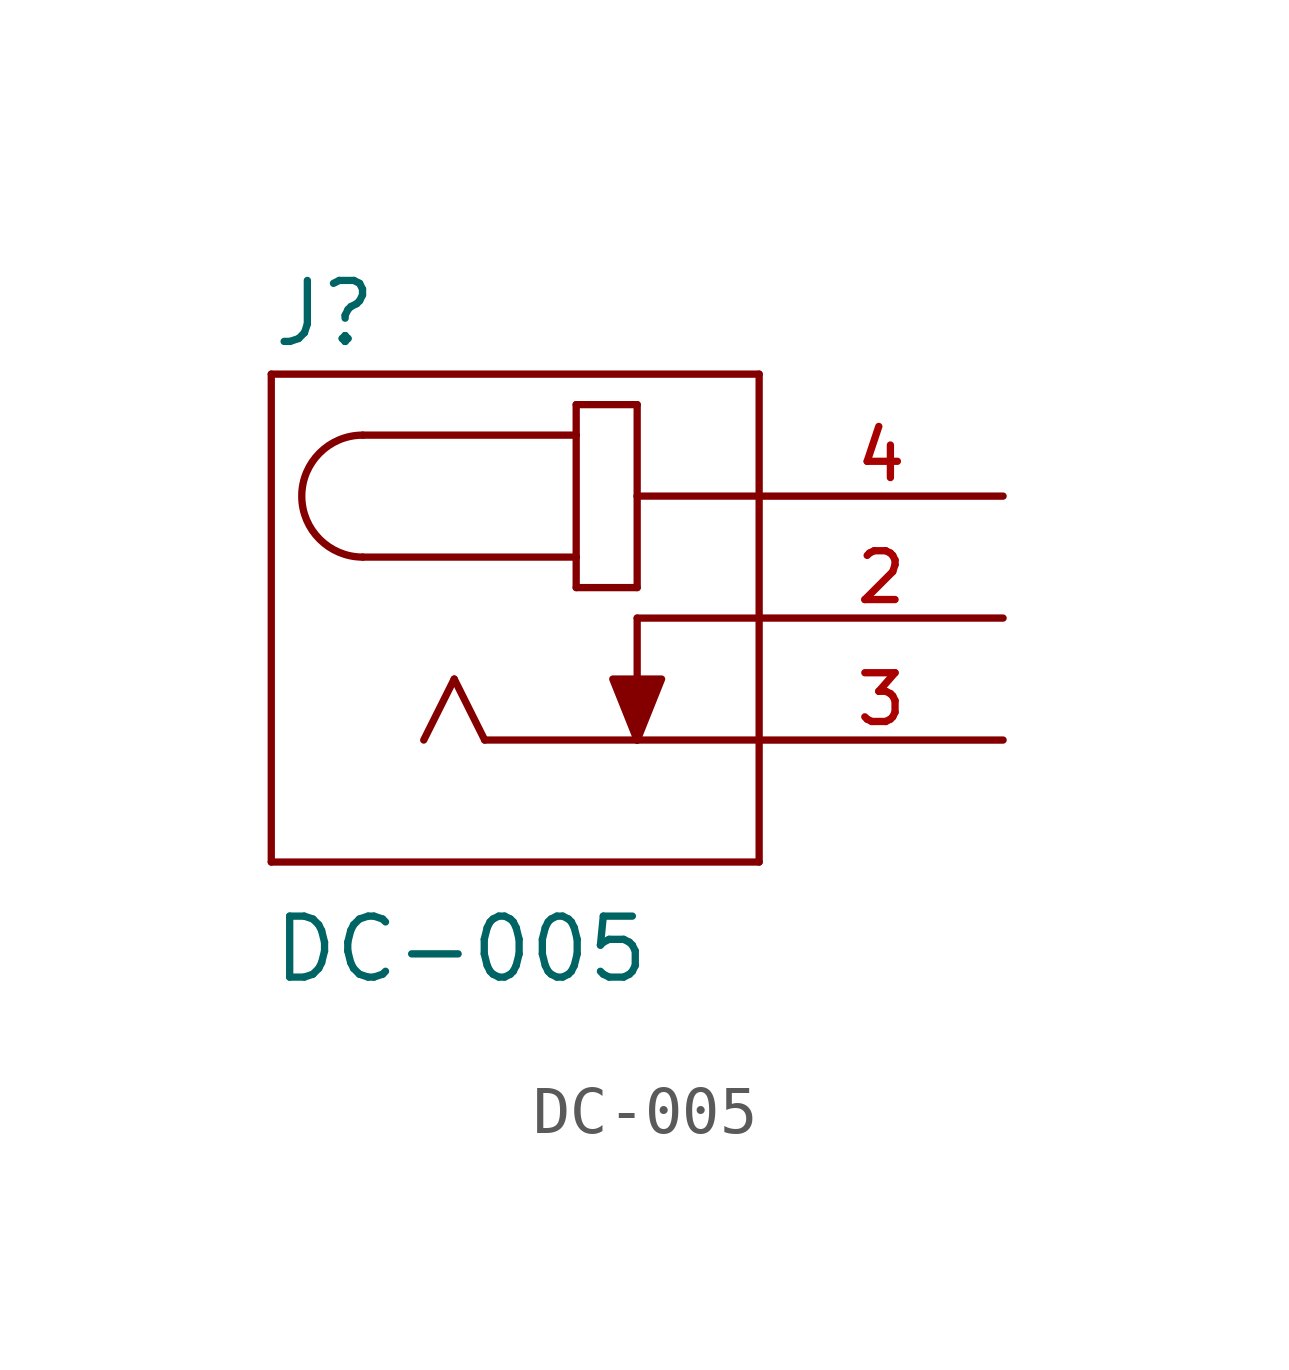
<source format=kicad_sym>
(kicad_symbol_lib
  (version 20211014)
  (generator kicad_symbol_editor)
  (symbol "DC-005"
    (pin_names
      (offset 1.016))
    (property "Reference" "J"
      (at -5.094 5.598 0)
      (effects (font (size 1.27 1.27)) (justify bottom left)))
    (property "Value" "DC-005"
      (at -5.099 -7.64 0)
      (effects (font (size 1.27 1.27)) (justify bottom left)))
    (symbol "DC-005_0_0"
      (arc (start -3.175 3.81) (mid -4.445 2.54) (end -3.175 1.27) (stroke (width 0.1524) (type default) (color 0 0 0 0)) (fill (type none)))
      (polyline (pts (xy -3.175 3.81) (xy 1.27 3.81)) (stroke (width 0.152)))
      (polyline (pts (xy 1.27 3.81) (xy 1.27 1.27)) (stroke (width 0.152)))
      (polyline (pts (xy 1.27 1.27) (xy -3.175 1.27)) (stroke (width 0.152)))
      (polyline (pts (xy 1.27 1.27) (xy 1.27 0.635)) (stroke (width 0.152)))
      (polyline (pts (xy 1.27 0.635) (xy 2.54 0.635)) (stroke (width 0.152)))
      (polyline (pts (xy 2.54 0.635) (xy 2.54 2.54)) (stroke (width 0.152)))
      (polyline (pts (xy 2.54 2.54) (xy 2.54 4.445)) (stroke (width 0.152)))
      (polyline (pts (xy 2.54 4.445) (xy 1.27 4.445)) (stroke (width 0.152)))
      (polyline (pts (xy 1.27 4.445) (xy 1.27 3.81)) (stroke (width 0.152)))
      (polyline (pts (xy 2.54 -2.54) (xy -0.635 -2.54)) (stroke (width 0.152)))
      (polyline (pts (xy -0.635 -2.54) (xy -1.27 -1.27)) (stroke (width 0.152)))
      (polyline (pts (xy -1.27 -1.27) (xy -1.905 -2.54)) (stroke (width 0.152)))
      (polyline (pts (xy 2.54 0.0) (xy 2.54 -2.54)) (stroke (width 0.152)))
      (polyline (pts (xy 2.54 -2.54) (xy 2.032 -1.27) (xy 3.048 -1.27) (xy 2.54 -2.54)) (stroke (width 0.152)) (fill (type outline)))
      (polyline (pts (xy -5.08 5.08) (xy 5.08 5.08)) (stroke (width 0.152)))
      (polyline (pts (xy 5.08 5.08) (xy 5.08 2.54)) (stroke (width 0.152)))
      (polyline (pts (xy 5.08 2.54) (xy 5.08 0.0)) (stroke (width 0.152)))
      (polyline (pts (xy 5.08 0.0) (xy 5.08 -2.54)) (stroke (width 0.152)))
      (polyline (pts (xy 5.08 -2.54) (xy 5.08 -5.08)) (stroke (width 0.152)))
      (polyline (pts (xy 5.08 -5.08) (xy -5.08 -5.08)) (stroke (width 0.152)))
      (polyline (pts (xy -5.08 -5.08) (xy -5.08 5.08)) (stroke (width 0.152)))
      (polyline (pts (xy 2.54 2.54) (xy 5.08 2.54)) (stroke (width 0.152)))
      (polyline (pts (xy 2.54 0.0) (xy 5.08 0.0)) (stroke (width 0.152)))
      (polyline (pts (xy 2.54 -2.54) (xy 5.08 -2.54)) (stroke (width 0.152)))
      (pin passive line (at 10.16 2.54 180.0) (length 5.08) (name "~" (effects (font (size 1.016 1.016)))) (number "4" (effects (font (size 1.016 1.016)))))
      (pin passive line (at 10.16 0.0 180.0) (length 5.08) (name "~" (effects (font (size 1.016 1.016)))) (number "2" (effects (font (size 1.016 1.016)))))
      (pin passive line (at 10.16 -2.54 180.0) (length 5.08) (name "~" (effects (font (size 1.016 1.016)))) (number "3" (effects (font (size 1.016 1.016))))))))
</source>
